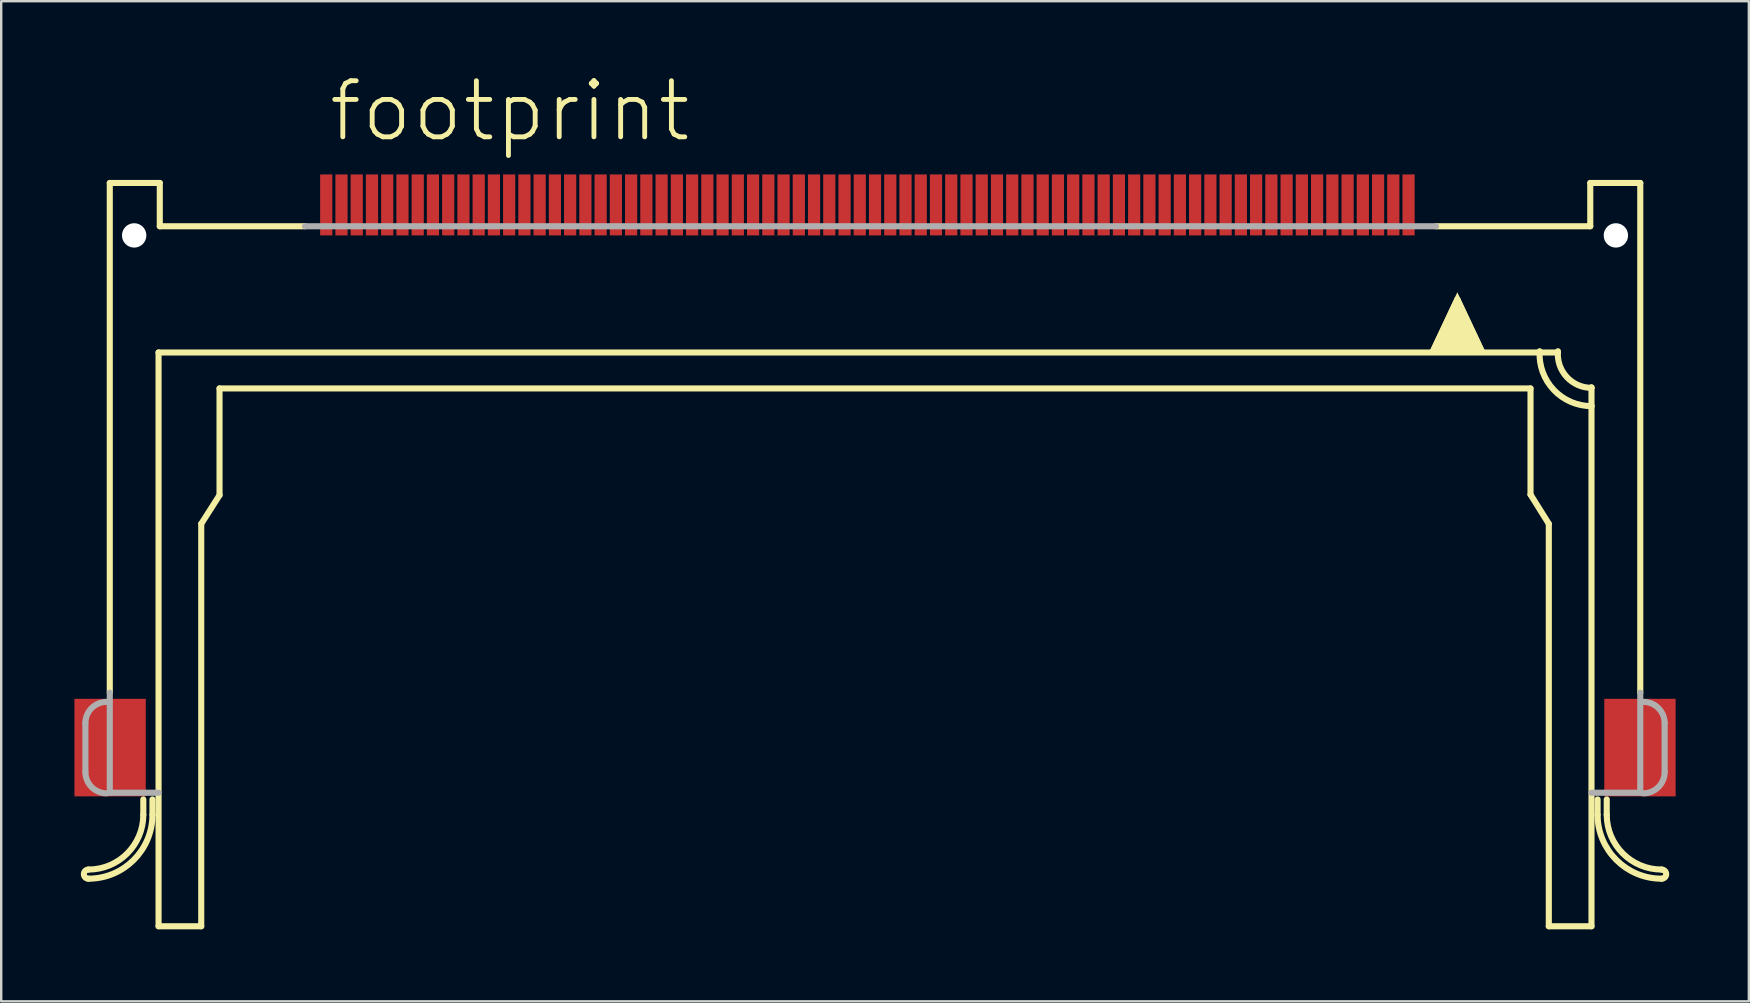
<source format=kicad_pcb>
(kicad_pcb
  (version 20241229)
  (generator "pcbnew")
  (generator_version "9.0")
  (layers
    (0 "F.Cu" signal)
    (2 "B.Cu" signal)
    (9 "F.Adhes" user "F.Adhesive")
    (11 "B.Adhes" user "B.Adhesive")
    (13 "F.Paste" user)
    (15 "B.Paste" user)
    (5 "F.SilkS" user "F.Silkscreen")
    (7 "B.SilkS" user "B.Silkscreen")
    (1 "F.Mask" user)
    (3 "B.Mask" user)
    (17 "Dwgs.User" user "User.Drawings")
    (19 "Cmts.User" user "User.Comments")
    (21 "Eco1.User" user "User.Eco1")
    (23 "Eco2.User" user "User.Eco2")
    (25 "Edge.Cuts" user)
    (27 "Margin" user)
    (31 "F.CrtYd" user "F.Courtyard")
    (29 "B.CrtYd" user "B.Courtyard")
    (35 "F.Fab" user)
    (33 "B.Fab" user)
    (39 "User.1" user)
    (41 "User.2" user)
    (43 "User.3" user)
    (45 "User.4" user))
  (footprint "footprint"
    (layer "F.Cu")
    (at 33.4 6.756)
    (property "Reference" "footprint" (at -22.86 -3.81 0) (layer "F.SilkS") (effects (font (size 2.337 2.337) (thickness 0.203)) (justify left bottom)))
    (fp_poly (pts (xy -33.35 23.368) (xy -30.378 23.368) (xy -30.378 19.304) (xy -33.35 19.304)) (stroke (width 0) (type solid)) (fill yes) (layer "F.Cu"))
    (fp_poly (pts (xy 30.378 23.368) (xy 33.35 23.368) (xy 33.35 19.304) (xy 30.378 19.304)) (stroke (width 0) (type solid)) (fill yes) (layer "F.Cu"))
    (fp_poly (pts (xy -33.4 23.4) (xy -30.325 23.4) (xy -30.325 19.25) (xy -33.4 19.25)) (stroke (width 0) (type solid)) (fill yes) (layer "F.Mask"))
    (fp_poly (pts (xy 30.325 23.425) (xy 33.4 23.425) (xy 33.4 19.275) (xy 30.325 19.275)) (stroke (width 0) (type solid)) (fill yes) (layer "F.Mask"))
    (fp_line (start -31.877 -2.184) (end -29.794 -2.184) (stroke (width 0.254) (type solid)) (layer "F.SilkS"))
    (fp_line (start -31.877 19.05) (end -31.877 -2.184) (stroke (width 0.254) (type solid)) (layer "F.SilkS"))
    (fp_line (start -30.48 24.13) (end -30.48 23.495) (stroke (width 0.254) (type solid)) (layer "F.SilkS"))
    (fp_line (start -30.099 24.13) (end -30.099 23.495) (stroke (width 0.254) (type solid)) (layer "F.SilkS"))
    (fp_line (start -29.845 4.877) (end 28.448 4.877) (stroke (width 0.254) (type solid)) (layer "F.SilkS"))
    (fp_line (start -29.845 28.778) (end -29.845 4.877) (stroke (width 0.254) (type solid)) (layer "F.SilkS"))
    (fp_line (start -29.794 -2.184) (end -29.794 -0.381) (stroke (width 0.254) (type solid)) (layer "F.SilkS"))
    (fp_line (start -29.794 -0.381) (end -23.749 -0.381) (stroke (width 0.254) (type solid)) (layer "F.SilkS"))
    (fp_line (start -28.067 12.014) (end -27.305 10.82) (stroke (width 0.254) (type solid)) (layer "F.SilkS"))
    (fp_line (start -28.067 28.778) (end -29.845 28.778) (stroke (width 0.254) (type solid)) (layer "F.SilkS"))
    (fp_line (start -28.067 28.778) (end -28.067 12.014) (stroke (width 0.254) (type solid)) (layer "F.SilkS"))
    (fp_line (start -27.305 6.375) (end 27.305 6.375) (stroke (width 0.254) (type solid)) (layer "F.SilkS"))
    (fp_line (start -27.305 10.82) (end -27.305 6.375) (stroke (width 0.254) (type solid)) (layer "F.SilkS"))
    (fp_line (start 23.241 4.826) (end 25.273 4.826) (stroke (width 0.254) (type solid)) (layer "F.SilkS"))
    (fp_line (start 23.368 -0.381) (end 29.794 -0.381) (stroke (width 0.254) (type solid)) (layer "F.SilkS"))
    (fp_line (start 24.257 2.667) (end 23.241 4.826) (stroke (width 0.254) (type solid)) (layer "F.SilkS"))
    (fp_line (start 25.273 4.826) (end 24.257 2.667) (stroke (width 0.254) (type solid)) (layer "F.SilkS"))
    (fp_line (start 27.305 6.375) (end 27.305 10.795) (stroke (width 0.254) (type solid)) (layer "F.SilkS"))
    (fp_line (start 27.305 10.795) (end 28.067 12.014) (stroke (width 0.254) (type solid)) (layer "F.SilkS"))
    (fp_line (start 28.067 12.014) (end 28.067 28.778) (stroke (width 0.254) (type solid)) (layer "F.SilkS"))
    (fp_line (start 29.794 -2.184) (end 31.877 -2.184) (stroke (width 0.254) (type solid)) (layer "F.SilkS"))
    (fp_line (start 29.794 -0.381) (end 29.794 -2.184) (stroke (width 0.254) (type solid)) (layer "F.SilkS"))
    (fp_line (start 29.845 6.325) (end 29.845 6.35) (stroke (width 0.254) (type solid)) (layer "F.SilkS"))
    (fp_line (start 29.845 6.35) (end 29.845 7.112) (stroke (width 0.254) (type solid)) (layer "F.SilkS"))
    (fp_line (start 29.845 7.112) (end 29.845 28.778) (stroke (width 0.254) (type solid)) (layer "F.SilkS"))
    (fp_line (start 29.845 28.778) (end 28.067 28.778) (stroke (width 0.254) (type solid)) (layer "F.SilkS"))
    (fp_line (start 30.099 24.13) (end 30.099 23.495) (stroke (width 0.254) (type solid)) (layer "F.SilkS"))
    (fp_line (start 30.48 24.13) (end 30.48 23.495) (stroke (width 0.254) (type solid)) (layer "F.SilkS"))
    (fp_line (start 31.877 -2.184) (end 31.877 19.05) (stroke (width 0.254) (type solid)) (layer "F.SilkS"))
    (fp_arc (start -32.766 26.797) (mid -32.9565 26.6065) (end -32.766 26.416) (stroke (width 0.254) (type solid)) (layer "F.SilkS"))
    (fp_arc (start -30.48 24.13) (mid -31.149554 25.746446) (end -32.766 26.416) (stroke (width 0.254) (type solid)) (layer "F.SilkS"))
    (fp_arc (start -30.099 24.13) (mid -30.880146 26.015854) (end -32.766 26.797) (stroke (width 0.254) (type solid)) (layer "F.SilkS"))
    (fp_arc (start 29.844999 6.349999) (mid 28.811294 5.895271) (end 28.448 4.826) (stroke (width 0.254) (type solid)) (layer "F.SilkS"))
    (fp_arc (start 29.845 7.111898) (mid 28.272851 6.43425) (end 27.686 4.826) (stroke (width 0.254) (type solid)) (layer "F.SilkS"))
    (fp_arc (start 32.766 26.416) (mid 31.149554 25.746446) (end 30.48 24.13) (stroke (width 0.254) (type solid)) (layer "F.SilkS"))
    (fp_arc (start 32.766 26.416) (mid 32.9565 26.6065) (end 32.766 26.797) (stroke (width 0.254) (type solid)) (layer "F.SilkS"))
    (fp_arc (start 32.766 26.797) (mid 30.880146 26.015854) (end 30.099 24.13) (stroke (width 0.254) (type solid)) (layer "F.SilkS"))
    (fp_poly (pts (xy 25.473 4.953) (xy 23.041 4.953) (xy 24.257 2.369)) (stroke (width 0) (type solid)) (fill yes) (layer "F.SilkS"))
    (fp_poly (pts (xy -33.025 23.1) (xy -31.15 23.1) (xy -31.15 19.525) (xy -33.025 19.525)) (stroke (width 0) (type solid)) (fill yes) (layer "F.Paste"))
    (fp_poly (pts (xy 31.125 23.075) (xy 33 23.075) (xy 33 19.5) (xy 31.125 19.5)) (stroke (width 0) (type solid)) (fill yes) (layer "F.Paste"))
    (fp_line (start -32.893 20.32) (end -32.893 22.352) (stroke (width 0.254) (type solid)) (layer "F.Fab"))
    (fp_line (start -31.877 23.216) (end -31.877 19.05) (stroke (width 0.254) (type solid)) (layer "F.Fab"))
    (fp_line (start -29.845 23.216) (end -31.877 23.216) (stroke (width 0.254) (type solid)) (layer "F.Fab"))
    (fp_line (start -23.749 -0.381) (end 23.368 -0.381) (stroke (width 0.254) (type solid)) (layer "F.Fab"))
    (fp_line (start 31.877 19.05) (end 31.877 23.216) (stroke (width 0.254) (type solid)) (layer "F.Fab"))
    (fp_line (start 31.877 23.216) (end 29.845 23.216) (stroke (width 0.254) (type solid)) (layer "F.Fab"))
    (fp_line (start 32.893 20.32) (end 32.893 22.352) (stroke (width 0.254) (type solid)) (layer "F.Fab"))
    (fp_arc (start -32.893 20.32) (mid -32.632618 19.691382) (end -32.004 19.431) (stroke (width 0.254) (type solid)) (layer "F.Fab"))
    (fp_arc (start -32.004 23.241) (mid -32.632618 22.980618) (end -32.893 22.352) (stroke (width 0.254) (type solid)) (layer "F.Fab"))
    (fp_arc (start 32.004 19.431) (mid 32.632618 19.691382) (end 32.893 20.32) (stroke (width 0.254) (type solid)) (layer "F.Fab"))
    (fp_arc (start 32.893 22.352) (mid 32.632618 22.980618) (end 32.004 23.241) (stroke (width 0.254) (type solid)) (layer "F.Fab"))
    (pad "" np_thru_hole circle (at -30.861 0) (size 1.016 1.016) (drill 1.016) (layers "*.Cu" "*.Mask"))
    (pad "" np_thru_hole circle (at 30.861 0) (size 1.016 1.016) (drill 1.016) (layers "*.Cu" "*.Mask"))
    (pad "1" smd rect (at 22.225 -1.27) (size 0.508 2.54) (layers "F.Cu" "F.Mask" "F.Paste"))
    (pad "2" smd rect (at 21.59 -1.27) (size 0.508 2.54) (layers "F.Cu" "F.Mask" "F.Paste"))
    (pad "3" smd rect (at 20.955 -1.27) (size 0.508 2.54) (layers "F.Cu" "F.Mask" "F.Paste"))
    (pad "4" smd rect (at 20.32 -1.27) (size 0.508 2.54) (layers "F.Cu" "F.Mask" "F.Paste"))
    (pad "5" smd rect (at 19.685 -1.27) (size 0.508 2.54) (layers "F.Cu" "F.Mask" "F.Paste"))
    (pad "6" smd rect (at 19.05 -1.27) (size 0.508 2.54) (layers "F.Cu" "F.Mask" "F.Paste"))
    (pad "7" smd rect (at 18.415 -1.27) (size 0.508 2.54) (layers "F.Cu" "F.Mask" "F.Paste"))
    (pad "8" smd rect (at 17.78 -1.27) (size 0.508 2.54) (layers "F.Cu" "F.Mask" "F.Paste"))
    (pad "9" smd rect (at 17.145 -1.27) (size 0.508 2.54) (layers "F.Cu" "F.Mask" "F.Paste"))
    (pad "10" smd rect (at 16.51 -1.27) (size 0.508 2.54) (layers "F.Cu" "F.Mask" "F.Paste"))
    (pad "11" smd rect (at 15.875 -1.27) (size 0.508 2.54) (layers "F.Cu" "F.Mask" "F.Paste"))
    (pad "12" smd rect (at 15.24 -1.27) (size 0.508 2.54) (layers "F.Cu" "F.Mask" "F.Paste"))
    (pad "13" smd rect (at 14.605 -1.27) (size 0.508 2.54) (layers "F.Cu" "F.Mask" "F.Paste"))
    (pad "14" smd rect (at 13.97 -1.27) (size 0.508 2.54) (layers "F.Cu" "F.Mask" "F.Paste"))
    (pad "15" smd rect (at 13.335 -1.27) (size 0.508 2.54) (layers "F.Cu" "F.Mask" "F.Paste"))
    (pad "16" smd rect (at 12.7 -1.27) (size 0.508 2.54) (layers "F.Cu" "F.Mask" "F.Paste"))
    (pad "17" smd rect (at 12.065 -1.27) (size 0.508 2.54) (layers "F.Cu" "F.Mask" "F.Paste"))
    (pad "18" smd rect (at 11.43 -1.27) (size 0.508 2.54) (layers "F.Cu" "F.Mask" "F.Paste"))
    (pad "19" smd rect (at 10.795 -1.27) (size 0.508 2.54) (layers "F.Cu" "F.Mask" "F.Paste"))
    (pad "20" smd rect (at 10.16 -1.27) (size 0.508 2.54) (layers "F.Cu" "F.Mask" "F.Paste"))
    (pad "21" smd rect (at 9.525 -1.27) (size 0.508 2.54) (layers "F.Cu" "F.Mask" "F.Paste"))
    (pad "22" smd rect (at 8.89 -1.27) (size 0.508 2.54) (layers "F.Cu" "F.Mask" "F.Paste"))
    (pad "23" smd rect (at 8.255 -1.27) (size 0.508 2.54) (layers "F.Cu" "F.Mask" "F.Paste"))
    (pad "24" smd rect (at 7.62 -1.27) (size 0.508 2.54) (layers "F.Cu" "F.Mask" "F.Paste"))
    (pad "25" smd rect (at 6.985 -1.27) (size 0.508 2.54) (layers "F.Cu" "F.Mask" "F.Paste"))
    (pad "26" smd rect (at 6.35 -1.27) (size 0.508 2.54) (layers "F.Cu" "F.Mask" "F.Paste"))
    (pad "27" smd rect (at 5.715 -1.27) (size 0.508 2.54) (layers "F.Cu" "F.Mask" "F.Paste"))
    (pad "28" smd rect (at 5.08 -1.27) (size 0.508 2.54) (layers "F.Cu" "F.Mask" "F.Paste"))
    (pad "29" smd rect (at 4.445 -1.27) (size 0.508 2.54) (layers "F.Cu" "F.Mask" "F.Paste"))
    (pad "30" smd rect (at 3.81 -1.27) (size 0.508 2.54) (layers "F.Cu" "F.Mask" "F.Paste"))
    (pad "31" smd rect (at 3.175 -1.27) (size 0.508 2.54) (layers "F.Cu" "F.Mask" "F.Paste"))
    (pad "32" smd rect (at 2.54 -1.27) (size 0.508 2.54) (layers "F.Cu" "F.Mask" "F.Paste"))
    (pad "33" smd rect (at 1.905 -1.27) (size 0.508 2.54) (layers "F.Cu" "F.Mask" "F.Paste"))
    (pad "34" smd rect (at 1.27 -1.27) (size 0.508 2.54) (layers "F.Cu" "F.Mask" "F.Paste"))
    (pad "35" smd rect (at 0.635 -1.27) (size 0.508 2.54) (layers "F.Cu" "F.Mask" "F.Paste"))
    (pad "36" smd rect (at 0 -1.27) (size 0.508 2.54) (layers "F.Cu" "F.Mask" "F.Paste"))
    (pad "37" smd rect (at -0.635 -1.27) (size 0.508 2.54) (layers "F.Cu" "F.Mask" "F.Paste"))
    (pad "38" smd rect (at -1.27 -1.27) (size 0.508 2.54) (layers "F.Cu" "F.Mask" "F.Paste"))
    (pad "39" smd rect (at -1.905 -1.27) (size 0.508 2.54) (layers "F.Cu" "F.Mask" "F.Paste"))
    (pad "40" smd rect (at -2.54 -1.27) (size 0.508 2.54) (layers "F.Cu" "F.Mask" "F.Paste"))
    (pad "41" smd rect (at -3.175 -1.27) (size 0.508 2.54) (layers "F.Cu" "F.Mask" "F.Paste"))
    (pad "42" smd rect (at -3.81 -1.27) (size 0.508 2.54) (layers "F.Cu" "F.Mask" "F.Paste"))
    (pad "43" smd rect (at -4.445 -1.27) (size 0.508 2.54) (layers "F.Cu" "F.Mask" "F.Paste"))
    (pad "44" smd rect (at -5.08 -1.27) (size 0.508 2.54) (layers "F.Cu" "F.Mask" "F.Paste"))
    (pad "45" smd rect (at -5.715 -1.27) (size 0.508 2.54) (layers "F.Cu" "F.Mask" "F.Paste"))
    (pad "46" smd rect (at -6.35 -1.27) (size 0.508 2.54) (layers "F.Cu" "F.Mask" "F.Paste"))
    (pad "47" smd rect (at -6.985 -1.27) (size 0.508 2.54) (layers "F.Cu" "F.Mask" "F.Paste"))
    (pad "48" smd rect (at -7.62 -1.27) (size 0.508 2.54) (layers "F.Cu" "F.Mask" "F.Paste"))
    (pad "49" smd rect (at -8.255 -1.27) (size 0.508 2.54) (layers "F.Cu" "F.Mask" "F.Paste"))
    (pad "50" smd rect (at -8.89 -1.27) (size 0.508 2.54) (layers "F.Cu" "F.Mask" "F.Paste"))
    (pad "51" smd rect (at -9.525 -1.27) (size 0.508 2.54) (layers "F.Cu" "F.Mask" "F.Paste"))
    (pad "52" smd rect (at -10.16 -1.27) (size 0.508 2.54) (layers "F.Cu" "F.Mask" "F.Paste"))
    (pad "53" smd rect (at -10.795 -1.27) (size 0.508 2.54) (layers "F.Cu" "F.Mask" "F.Paste"))
    (pad "54" smd rect (at -11.43 -1.27) (size 0.508 2.54) (layers "F.Cu" "F.Mask" "F.Paste"))
    (pad "55" smd rect (at -12.065 -1.27) (size 0.508 2.54) (layers "F.Cu" "F.Mask" "F.Paste"))
    (pad "56" smd rect (at -12.7 -1.27) (size 0.508 2.54) (layers "F.Cu" "F.Mask" "F.Paste"))
    (pad "57" smd rect (at -13.335 -1.27) (size 0.508 2.54) (layers "F.Cu" "F.Mask" "F.Paste"))
    (pad "58" smd rect (at -13.97 -1.27) (size 0.508 2.54) (layers "F.Cu" "F.Mask" "F.Paste"))
    (pad "59" smd rect (at -14.605 -1.27) (size 0.508 2.54) (layers "F.Cu" "F.Mask" "F.Paste"))
    (pad "60" smd rect (at -15.24 -1.27) (size 0.508 2.54) (layers "F.Cu" "F.Mask" "F.Paste"))
    (pad "61" smd rect (at -15.875 -1.27) (size 0.508 2.54) (layers "F.Cu" "F.Mask" "F.Paste"))
    (pad "62" smd rect (at -16.51 -1.27) (size 0.508 2.54) (layers "F.Cu" "F.Mask" "F.Paste"))
    (pad "63" smd rect (at -17.145 -1.27) (size 0.508 2.54) (layers "F.Cu" "F.Mask" "F.Paste"))
    (pad "64" smd rect (at -17.78 -1.27) (size 0.508 2.54) (layers "F.Cu" "F.Mask" "F.Paste"))
    (pad "65" smd rect (at -18.415 -1.27) (size 0.508 2.54) (layers "F.Cu" "F.Mask" "F.Paste"))
    (pad "66" smd rect (at -19.05 -1.27) (size 0.508 2.54) (layers "F.Cu" "F.Mask" "F.Paste"))
    (pad "67" smd rect (at -19.685 -1.27) (size 0.508 2.54) (layers "F.Cu" "F.Mask" "F.Paste"))
    (pad "68" smd rect (at -20.32 -1.27) (size 0.508 2.54) (layers "F.Cu" "F.Mask" "F.Paste"))
    (pad "69" smd rect (at -20.955 -1.27) (size 0.508 2.54) (layers "F.Cu" "F.Mask" "F.Paste"))
    (pad "70" smd rect (at -21.59 -1.27) (size 0.508 2.54) (layers "F.Cu" "F.Mask" "F.Paste"))
    (pad "71" smd rect (at -22.225 -1.27) (size 0.508 2.54) (layers "F.Cu" "F.Mask" "F.Paste"))
    (pad "72" smd rect (at -22.86 -1.27) (size 0.508 2.54) (layers "F.Cu" "F.Mask" "F.Paste")))
  (gr_rect
    (start -3 -3)
    (end 69.8 38.662)
    (stroke (width 0.1) (type default))
    (fill no)
    (layer "Edge.Cuts")))
</source>
